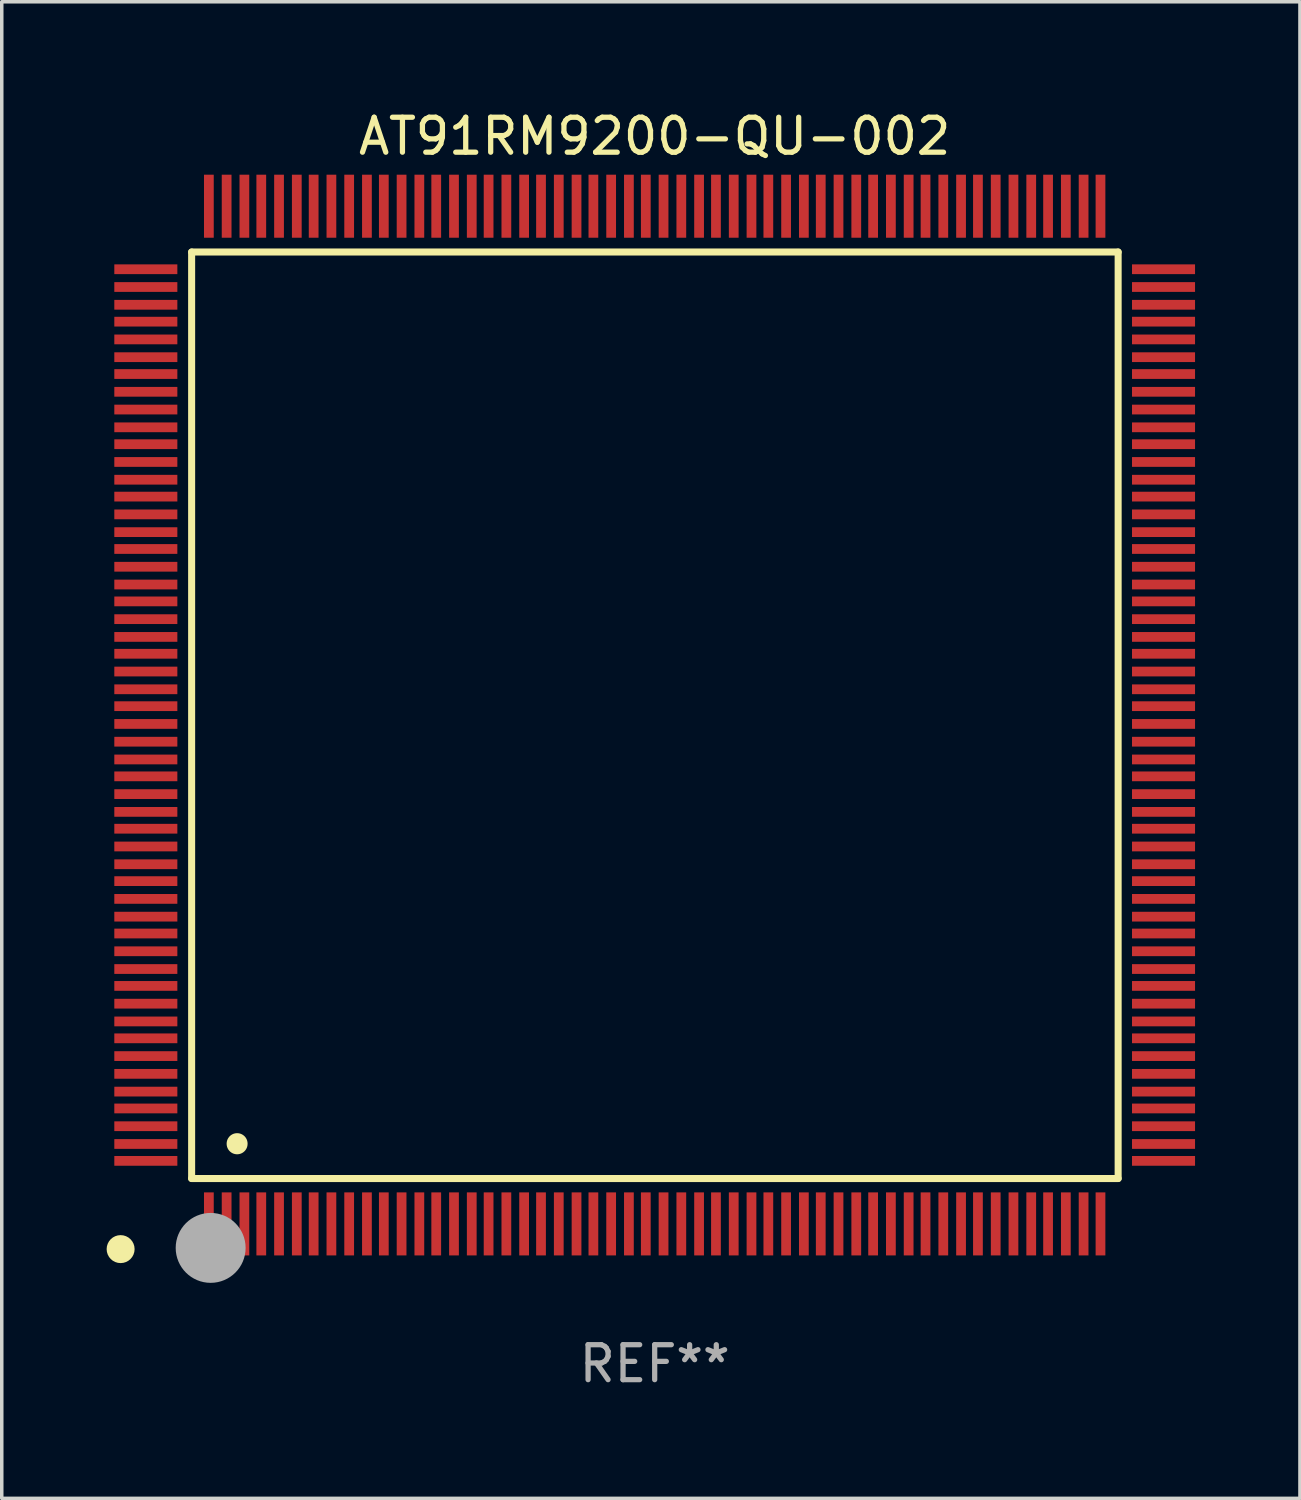
<source format=kicad_pcb>
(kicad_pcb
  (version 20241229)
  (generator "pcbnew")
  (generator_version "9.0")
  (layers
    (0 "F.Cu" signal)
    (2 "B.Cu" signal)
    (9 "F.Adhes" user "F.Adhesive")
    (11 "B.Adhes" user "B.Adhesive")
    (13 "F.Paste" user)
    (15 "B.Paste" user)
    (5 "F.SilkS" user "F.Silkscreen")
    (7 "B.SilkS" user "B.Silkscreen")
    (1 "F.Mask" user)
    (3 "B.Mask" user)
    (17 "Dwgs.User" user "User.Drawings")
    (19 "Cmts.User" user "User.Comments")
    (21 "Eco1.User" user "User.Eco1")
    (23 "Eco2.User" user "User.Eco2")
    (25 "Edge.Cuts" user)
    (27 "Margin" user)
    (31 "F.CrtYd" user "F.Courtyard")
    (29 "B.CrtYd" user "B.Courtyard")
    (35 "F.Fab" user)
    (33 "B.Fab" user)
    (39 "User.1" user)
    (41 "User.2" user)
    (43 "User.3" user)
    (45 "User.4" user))
  (footprint "AT91RM9200-QU-002"
    (layer "F.Cu")
    (at 15.675 17.402)
    (property "Reference" "AT91RM9200-QU-002" (at 0 -16.554 0) (layer "F.SilkS") (effects (font (size 1 1) (thickness 0.15))))
    (attr through_hole)
    (fp_line (start -13.244 -13.244) (end -13.244 13.256) (stroke (width 0.201) (type solid)) (layer "F.SilkS"))
    (fp_line (start -13.244 13.256) (end 13.256 13.256) (stroke (width 0.201) (type solid)) (layer "F.SilkS"))
    (fp_line (start 13.256 -13.244) (end -13.244 -13.244) (stroke (width 0.201) (type solid)) (layer "F.SilkS"))
    (fp_line (start 13.256 13.256) (end 13.256 -13.244) (stroke (width 0.201) (type solid)) (layer "F.SilkS"))
    (fp_arc (start -13.268987 14.90983) (mid -13.268992 14.90856) (end -13.268987 14.90729) (stroke (width 0.299721) (type solid)) (layer "F.SilkS"))
    (fp_arc (start -11.943104 12.263145) (mid -11.943115 12.260605) (end -11.943104 12.258065) (stroke (width 0.599441) (type solid)) (layer "F.SilkS"))
    (fp_circle (center -15.275 15.275) (end -15.075 15.275) (stroke (width 0.4) (type solid)) (fill no) (layer "F.SilkS"))
    (fp_circle (center -12.7 15.24) (end -12.2 15.24) (stroke (width 1) (type solid)) (fill no) (layer "F.Fab"))
    (fp_text user "REF**" (at 0 18.554 0) (layer "F.Fab") (effects (font (size 1 1) (thickness 0.15))))
    (pad "1" smd rect (at -12.751 14.554 180) (size 0.279 1.803) (layers "F.Cu" "F.Mask" "F.Paste"))
    (pad "2" smd rect (at -12.243 14.554 180) (size 0.279 1.803) (layers "F.Cu" "F.Mask" "F.Paste"))
    (pad "3" smd rect (at -11.735 14.554 180) (size 0.279 1.803) (layers "F.Cu" "F.Mask" "F.Paste"))
    (pad "4" smd rect (at -11.252 14.554 180) (size 0.279 1.803) (layers "F.Cu" "F.Mask" "F.Paste"))
    (pad "5" smd rect (at -10.744 14.554 180) (size 0.279 1.803) (layers "F.Cu" "F.Mask" "F.Paste"))
    (pad "6" smd rect (at -10.236 14.554 180) (size 0.279 1.803) (layers "F.Cu" "F.Mask" "F.Paste"))
    (pad "7" smd rect (at -9.754 14.554 180) (size 0.279 1.803) (layers "F.Cu" "F.Mask" "F.Paste"))
    (pad "8" smd rect (at -9.246 14.554 180) (size 0.279 1.803) (layers "F.Cu" "F.Mask" "F.Paste"))
    (pad "9" smd rect (at -8.738 14.554 180) (size 0.279 1.803) (layers "F.Cu" "F.Mask" "F.Paste"))
    (pad "10" smd rect (at -8.23 14.554 180) (size 0.279 1.803) (layers "F.Cu" "F.Mask" "F.Paste"))
    (pad "11" smd rect (at -7.747 14.554 180) (size 0.279 1.803) (layers "F.Cu" "F.Mask" "F.Paste"))
    (pad "12" smd rect (at -7.239 14.554 180) (size 0.279 1.803) (layers "F.Cu" "F.Mask" "F.Paste"))
    (pad "13" smd rect (at -6.731 14.554 180) (size 0.279 1.803) (layers "F.Cu" "F.Mask" "F.Paste"))
    (pad "14" smd rect (at -6.248 14.554 180) (size 0.279 1.803) (layers "F.Cu" "F.Mask" "F.Paste"))
    (pad "15" smd rect (at -5.74 14.554 180) (size 0.279 1.803) (layers "F.Cu" "F.Mask" "F.Paste"))
    (pad "16" smd rect (at -5.232 14.554 180) (size 0.279 1.803) (layers "F.Cu" "F.Mask" "F.Paste"))
    (pad "17" smd rect (at -4.75 14.554 180) (size 0.279 1.803) (layers "F.Cu" "F.Mask" "F.Paste"))
    (pad "18" smd rect (at -4.242 14.554 180) (size 0.279 1.803) (layers "F.Cu" "F.Mask" "F.Paste"))
    (pad "19" smd rect (at -3.734 14.554 180) (size 0.279 1.803) (layers "F.Cu" "F.Mask" "F.Paste"))
    (pad "20" smd rect (at -3.251 14.554 180) (size 0.279 1.803) (layers "F.Cu" "F.Mask" "F.Paste"))
    (pad "21" smd rect (at -2.743 14.554 180) (size 0.279 1.803) (layers "F.Cu" "F.Mask" "F.Paste"))
    (pad "22" smd rect (at -2.235 14.554 180) (size 0.279 1.803) (layers "F.Cu" "F.Mask" "F.Paste"))
    (pad "23" smd rect (at -1.753 14.554 180) (size 0.279 1.803) (layers "F.Cu" "F.Mask" "F.Paste"))
    (pad "24" smd rect (at -1.245 14.554 180) (size 0.279 1.803) (layers "F.Cu" "F.Mask" "F.Paste"))
    (pad "25" smd rect (at -0.737 14.554 180) (size 0.279 1.803) (layers "F.Cu" "F.Mask" "F.Paste"))
    (pad "26" smd rect (at -0.254 14.554 180) (size 0.279 1.803) (layers "F.Cu" "F.Mask" "F.Paste"))
    (pad "27" smd rect (at 0.254 14.554 180) (size 0.279 1.803) (layers "F.Cu" "F.Mask" "F.Paste"))
    (pad "28" smd rect (at 0.762 14.554 180) (size 0.279 1.803) (layers "F.Cu" "F.Mask" "F.Paste"))
    (pad "29" smd rect (at 1.27 14.554 180) (size 0.279 1.803) (layers "F.Cu" "F.Mask" "F.Paste"))
    (pad "30" smd rect (at 1.753 14.554 180) (size 0.279 1.803) (layers "F.Cu" "F.Mask" "F.Paste"))
    (pad "31" smd rect (at 2.261 14.554 180) (size 0.279 1.803) (layers "F.Cu" "F.Mask" "F.Paste"))
    (pad "32" smd rect (at 2.769 14.554 180) (size 0.279 1.803) (layers "F.Cu" "F.Mask" "F.Paste"))
    (pad "33" smd rect (at 3.251 14.554 180) (size 0.279 1.803) (layers "F.Cu" "F.Mask" "F.Paste"))
    (pad "34" smd rect (at 3.759 14.554 180) (size 0.279 1.803) (layers "F.Cu" "F.Mask" "F.Paste"))
    (pad "35" smd rect (at 4.267 14.554 180) (size 0.279 1.803) (layers "F.Cu" "F.Mask" "F.Paste"))
    (pad "36" smd rect (at 4.75 14.554 180) (size 0.279 1.803) (layers "F.Cu" "F.Mask" "F.Paste"))
    (pad "37" smd rect (at 5.258 14.554 180) (size 0.279 1.803) (layers "F.Cu" "F.Mask" "F.Paste"))
    (pad "38" smd rect (at 5.766 14.554 180) (size 0.279 1.803) (layers "F.Cu" "F.Mask" "F.Paste"))
    (pad "39" smd rect (at 6.248 14.554 180) (size 0.279 1.803) (layers "F.Cu" "F.Mask" "F.Paste"))
    (pad "40" smd rect (at 6.756 14.554 180) (size 0.279 1.803) (layers "F.Cu" "F.Mask" "F.Paste"))
    (pad "41" smd rect (at 7.264 14.554 180) (size 0.279 1.803) (layers "F.Cu" "F.Mask" "F.Paste"))
    (pad "42" smd rect (at 7.747 14.554 180) (size 0.279 1.803) (layers "F.Cu" "F.Mask" "F.Paste"))
    (pad "43" smd rect (at 8.255 14.554 180) (size 0.279 1.803) (layers "F.Cu" "F.Mask" "F.Paste"))
    (pad "44" smd rect (at 8.763 14.554 180) (size 0.279 1.803) (layers "F.Cu" "F.Mask" "F.Paste"))
    (pad "45" smd rect (at 9.246 14.554 180) (size 0.279 1.803) (layers "F.Cu" "F.Mask" "F.Paste"))
    (pad "46" smd rect (at 9.754 14.554 180) (size 0.279 1.803) (layers "F.Cu" "F.Mask" "F.Paste"))
    (pad "47" smd rect (at 10.262 14.554 180) (size 0.279 1.803) (layers "F.Cu" "F.Mask" "F.Paste"))
    (pad "48" smd rect (at 10.77 14.554 180) (size 0.279 1.803) (layers "F.Cu" "F.Mask" "F.Paste"))
    (pad "49" smd rect (at 11.252 14.554 180) (size 0.279 1.803) (layers "F.Cu" "F.Mask" "F.Paste"))
    (pad "50" smd rect (at 11.76 14.554 180) (size 0.279 1.803) (layers "F.Cu" "F.Mask" "F.Paste"))
    (pad "51" smd rect (at 12.268 14.554 180) (size 0.279 1.803) (layers "F.Cu" "F.Mask" "F.Paste"))
    (pad "52" smd rect (at 12.751 14.554 180) (size 0.279 1.803) (layers "F.Cu" "F.Mask" "F.Paste"))
    (pad "53" smd rect (at 14.554 12.751 90) (size 0.279 1.803) (layers "F.Cu" "F.Mask" "F.Paste"))
    (pad "54" smd rect (at 14.554 12.268 90) (size 0.279 1.803) (layers "F.Cu" "F.Mask" "F.Paste"))
    (pad "55" smd rect (at 14.554 11.76 90) (size 0.279 1.803) (layers "F.Cu" "F.Mask" "F.Paste"))
    (pad "56" smd rect (at 14.554 11.252 90) (size 0.279 1.803) (layers "F.Cu" "F.Mask" "F.Paste"))
    (pad "57" smd rect (at 14.554 10.77 90) (size 0.279 1.803) (layers "F.Cu" "F.Mask" "F.Paste"))
    (pad "58" smd rect (at 14.554 10.262 90) (size 0.279 1.803) (layers "F.Cu" "F.Mask" "F.Paste"))
    (pad "59" smd rect (at 14.554 9.754 90) (size 0.279 1.803) (layers "F.Cu" "F.Mask" "F.Paste"))
    (pad "60" smd rect (at 14.554 9.246 90) (size 0.279 1.803) (layers "F.Cu" "F.Mask" "F.Paste"))
    (pad "61" smd rect (at 14.554 8.763 90) (size 0.279 1.803) (layers "F.Cu" "F.Mask" "F.Paste"))
    (pad "62" smd rect (at 14.554 8.255 90) (size 0.279 1.803) (layers "F.Cu" "F.Mask" "F.Paste"))
    (pad "63" smd rect (at 14.554 7.747 90) (size 0.279 1.803) (layers "F.Cu" "F.Mask" "F.Paste"))
    (pad "64" smd rect (at 14.554 7.264 90) (size 0.279 1.803) (layers "F.Cu" "F.Mask" "F.Paste"))
    (pad "65" smd rect (at 14.554 6.756 90) (size 0.279 1.803) (layers "F.Cu" "F.Mask" "F.Paste"))
    (pad "66" smd rect (at 14.554 6.248 90) (size 0.279 1.803) (layers "F.Cu" "F.Mask" "F.Paste"))
    (pad "67" smd rect (at 14.554 5.766 90) (size 0.279 1.803) (layers "F.Cu" "F.Mask" "F.Paste"))
    (pad "68" smd rect (at 14.554 5.258 90) (size 0.279 1.803) (layers "F.Cu" "F.Mask" "F.Paste"))
    (pad "69" smd rect (at 14.554 4.75 90) (size 0.279 1.803) (layers "F.Cu" "F.Mask" "F.Paste"))
    (pad "70" smd rect (at 14.554 4.267 90) (size 0.279 1.803) (layers "F.Cu" "F.Mask" "F.Paste"))
    (pad "71" smd rect (at 14.554 3.759 90) (size 0.279 1.803) (layers "F.Cu" "F.Mask" "F.Paste"))
    (pad "72" smd rect (at 14.554 3.251 90) (size 0.279 1.803) (layers "F.Cu" "F.Mask" "F.Paste"))
    (pad "73" smd rect (at 14.554 2.769 90) (size 0.279 1.803) (layers "F.Cu" "F.Mask" "F.Paste"))
    (pad "74" smd rect (at 14.554 2.261 90) (size 0.279 1.803) (layers "F.Cu" "F.Mask" "F.Paste"))
    (pad "75" smd rect (at 14.554 1.753 90) (size 0.279 1.803) (layers "F.Cu" "F.Mask" "F.Paste"))
    (pad "76" smd rect (at 14.554 1.27 90) (size 0.279 1.803) (layers "F.Cu" "F.Mask" "F.Paste"))
    (pad "77" smd rect (at 14.554 0.762 90) (size 0.279 1.803) (layers "F.Cu" "F.Mask" "F.Paste"))
    (pad "78" smd rect (at 14.554 0.254 90) (size 0.279 1.803) (layers "F.Cu" "F.Mask" "F.Paste"))
    (pad "79" smd rect (at 14.554 -0.254 90) (size 0.279 1.803) (layers "F.Cu" "F.Mask" "F.Paste"))
    (pad "80" smd rect (at 14.554 -0.737 90) (size 0.279 1.803) (layers "F.Cu" "F.Mask" "F.Paste"))
    (pad "81" smd rect (at 14.554 -1.245 90) (size 0.279 1.803) (layers "F.Cu" "F.Mask" "F.Paste"))
    (pad "82" smd rect (at 14.554 -1.753 90) (size 0.279 1.803) (layers "F.Cu" "F.Mask" "F.Paste"))
    (pad "83" smd rect (at 14.554 -2.235 90) (size 0.279 1.803) (layers "F.Cu" "F.Mask" "F.Paste"))
    (pad "84" smd rect (at 14.554 -2.743 90) (size 0.279 1.803) (layers "F.Cu" "F.Mask" "F.Paste"))
    (pad "85" smd rect (at 14.554 -3.251 90) (size 0.279 1.803) (layers "F.Cu" "F.Mask" "F.Paste"))
    (pad "86" smd rect (at 14.554 -3.734 90) (size 0.279 1.803) (layers "F.Cu" "F.Mask" "F.Paste"))
    (pad "87" smd rect (at 14.554 -4.242 90) (size 0.279 1.803) (layers "F.Cu" "F.Mask" "F.Paste"))
    (pad "88" smd rect (at 14.554 -4.75 90) (size 0.279 1.803) (layers "F.Cu" "F.Mask" "F.Paste"))
    (pad "89" smd rect (at 14.554 -5.232 90) (size 0.279 1.803) (layers "F.Cu" "F.Mask" "F.Paste"))
    (pad "90" smd rect (at 14.554 -5.74 90) (size 0.279 1.803) (layers "F.Cu" "F.Mask" "F.Paste"))
    (pad "91" smd rect (at 14.554 -6.248 90) (size 0.279 1.803) (layers "F.Cu" "F.Mask" "F.Paste"))
    (pad "92" smd rect (at 14.554 -6.731 90) (size 0.279 1.803) (layers "F.Cu" "F.Mask" "F.Paste"))
    (pad "93" smd rect (at 14.554 -7.239 90) (size 0.279 1.803) (layers "F.Cu" "F.Mask" "F.Paste"))
    (pad "94" smd rect (at 14.554 -7.747 90) (size 0.279 1.803) (layers "F.Cu" "F.Mask" "F.Paste"))
    (pad "95" smd rect (at 14.554 -8.23 90) (size 0.279 1.803) (layers "F.Cu" "F.Mask" "F.Paste"))
    (pad "96" smd rect (at 14.554 -8.738 90) (size 0.279 1.803) (layers "F.Cu" "F.Mask" "F.Paste"))
    (pad "97" smd rect (at 14.554 -9.246 90) (size 0.279 1.803) (layers "F.Cu" "F.Mask" "F.Paste"))
    (pad "98" smd rect (at 14.554 -9.754 90) (size 0.279 1.803) (layers "F.Cu" "F.Mask" "F.Paste"))
    (pad "99" smd rect (at 14.554 -10.236 90) (size 0.279 1.803) (layers "F.Cu" "F.Mask" "F.Paste"))
    (pad "100" smd rect (at 14.554 -10.744 90) (size 0.279 1.803) (layers "F.Cu" "F.Mask" "F.Paste"))
    (pad "101" smd rect (at 14.554 -11.252 90) (size 0.279 1.803) (layers "F.Cu" "F.Mask" "F.Paste"))
    (pad "102" smd rect (at 14.554 -11.735 90) (size 0.279 1.803) (layers "F.Cu" "F.Mask" "F.Paste"))
    (pad "103" smd rect (at 14.554 -12.243 90) (size 0.279 1.803) (layers "F.Cu" "F.Mask" "F.Paste"))
    (pad "104" smd rect (at 14.554 -12.751 90) (size 0.279 1.803) (layers "F.Cu" "F.Mask" "F.Paste"))
    (pad "105" smd rect (at 12.751 -14.554 180) (size 0.279 1.803) (layers "F.Cu" "F.Mask" "F.Paste"))
    (pad "106" smd rect (at 12.268 -14.554 180) (size 0.279 1.803) (layers "F.Cu" "F.Mask" "F.Paste"))
    (pad "107" smd rect (at 11.76 -14.554 180) (size 0.279 1.803) (layers "F.Cu" "F.Mask" "F.Paste"))
    (pad "108" smd rect (at 11.252 -14.554 180) (size 0.279 1.803) (layers "F.Cu" "F.Mask" "F.Paste"))
    (pad "109" smd rect (at 10.77 -14.554 180) (size 0.279 1.803) (layers "F.Cu" "F.Mask" "F.Paste"))
    (pad "110" smd rect (at 10.262 -14.554 180) (size 0.279 1.803) (layers "F.Cu" "F.Mask" "F.Paste"))
    (pad "111" smd rect (at 9.754 -14.554 180) (size 0.279 1.803) (layers "F.Cu" "F.Mask" "F.Paste"))
    (pad "112" smd rect (at 9.246 -14.554 180) (size 0.279 1.803) (layers "F.Cu" "F.Mask" "F.Paste"))
    (pad "113" smd rect (at 8.763 -14.554 180) (size 0.279 1.803) (layers "F.Cu" "F.Mask" "F.Paste"))
    (pad "114" smd rect (at 8.255 -14.554 180) (size 0.279 1.803) (layers "F.Cu" "F.Mask" "F.Paste"))
    (pad "115" smd rect (at 7.747 -14.554 180) (size 0.279 1.803) (layers "F.Cu" "F.Mask" "F.Paste"))
    (pad "116" smd rect (at 7.264 -14.554 180) (size 0.279 1.803) (layers "F.Cu" "F.Mask" "F.Paste"))
    (pad "117" smd rect (at 6.756 -14.554 180) (size 0.279 1.803) (layers "F.Cu" "F.Mask" "F.Paste"))
    (pad "118" smd rect (at 6.248 -14.554 180) (size 0.279 1.803) (layers "F.Cu" "F.Mask" "F.Paste"))
    (pad "119" smd rect (at 5.766 -14.554 180) (size 0.279 1.803) (layers "F.Cu" "F.Mask" "F.Paste"))
    (pad "120" smd rect (at 5.258 -14.554 180) (size 0.279 1.803) (layers "F.Cu" "F.Mask" "F.Paste"))
    (pad "121" smd rect (at 4.75 -14.554 180) (size 0.279 1.803) (layers "F.Cu" "F.Mask" "F.Paste"))
    (pad "122" smd rect (at 4.267 -14.554 180) (size 0.279 1.803) (layers "F.Cu" "F.Mask" "F.Paste"))
    (pad "123" smd rect (at 3.759 -14.554 180) (size 0.279 1.803) (layers "F.Cu" "F.Mask" "F.Paste"))
    (pad "124" smd rect (at 3.251 -14.554 180) (size 0.279 1.803) (layers "F.Cu" "F.Mask" "F.Paste"))
    (pad "125" smd rect (at 2.769 -14.554 180) (size 0.279 1.803) (layers "F.Cu" "F.Mask" "F.Paste"))
    (pad "126" smd rect (at 2.261 -14.554 180) (size 0.279 1.803) (layers "F.Cu" "F.Mask" "F.Paste"))
    (pad "127" smd rect (at 1.753 -14.554 180) (size 0.279 1.803) (layers "F.Cu" "F.Mask" "F.Paste"))
    (pad "128" smd rect (at 1.27 -14.554 180) (size 0.279 1.803) (layers "F.Cu" "F.Mask" "F.Paste"))
    (pad "129" smd rect (at 0.762 -14.554 180) (size 0.279 1.803) (layers "F.Cu" "F.Mask" "F.Paste"))
    (pad "130" smd rect (at 0.254 -14.554 180) (size 0.279 1.803) (layers "F.Cu" "F.Mask" "F.Paste"))
    (pad "131" smd rect (at -0.254 -14.554 180) (size 0.279 1.803) (layers "F.Cu" "F.Mask" "F.Paste"))
    (pad "132" smd rect (at -0.737 -14.554 180) (size 0.279 1.803) (layers "F.Cu" "F.Mask" "F.Paste"))
    (pad "133" smd rect (at -1.245 -14.554 180) (size 0.279 1.803) (layers "F.Cu" "F.Mask" "F.Paste"))
    (pad "134" smd rect (at -1.753 -14.554 180) (size 0.279 1.803) (layers "F.Cu" "F.Mask" "F.Paste"))
    (pad "135" smd rect (at -2.235 -14.554 180) (size 0.279 1.803) (layers "F.Cu" "F.Mask" "F.Paste"))
    (pad "136" smd rect (at -2.743 -14.554 180) (size 0.279 1.803) (layers "F.Cu" "F.Mask" "F.Paste"))
    (pad "137" smd rect (at -3.251 -14.554 180) (size 0.279 1.803) (layers "F.Cu" "F.Mask" "F.Paste"))
    (pad "138" smd rect (at -3.734 -14.554 180) (size 0.279 1.803) (layers "F.Cu" "F.Mask" "F.Paste"))
    (pad "139" smd rect (at -4.242 -14.554 180) (size 0.279 1.803) (layers "F.Cu" "F.Mask" "F.Paste"))
    (pad "140" smd rect (at -4.75 -14.554 180) (size 0.279 1.803) (layers "F.Cu" "F.Mask" "F.Paste"))
    (pad "141" smd rect (at -5.232 -14.554 180) (size 0.279 1.803) (layers "F.Cu" "F.Mask" "F.Paste"))
    (pad "142" smd rect (at -5.74 -14.554 180) (size 0.279 1.803) (layers "F.Cu" "F.Mask" "F.Paste"))
    (pad "143" smd rect (at -6.248 -14.554 180) (size 0.279 1.803) (layers "F.Cu" "F.Mask" "F.Paste"))
    (pad "144" smd rect (at -6.731 -14.554 180) (size 0.279 1.803) (layers "F.Cu" "F.Mask" "F.Paste"))
    (pad "145" smd rect (at -7.239 -14.554 180) (size 0.279 1.803) (layers "F.Cu" "F.Mask" "F.Paste"))
    (pad "146" smd rect (at -7.747 -14.554 180) (size 0.279 1.803) (layers "F.Cu" "F.Mask" "F.Paste"))
    (pad "147" smd rect (at -8.23 -14.554 180) (size 0.279 1.803) (layers "F.Cu" "F.Mask" "F.Paste"))
    (pad "148" smd rect (at -8.738 -14.554 180) (size 0.279 1.803) (layers "F.Cu" "F.Mask" "F.Paste"))
    (pad "149" smd rect (at -9.246 -14.554 180) (size 0.279 1.803) (layers "F.Cu" "F.Mask" "F.Paste"))
    (pad "150" smd rect (at -9.754 -14.554 180) (size 0.279 1.803) (layers "F.Cu" "F.Mask" "F.Paste"))
    (pad "151" smd rect (at -10.236 -14.554 180) (size 0.279 1.803) (layers "F.Cu" "F.Mask" "F.Paste"))
    (pad "152" smd rect (at -10.744 -14.554 180) (size 0.279 1.803) (layers "F.Cu" "F.Mask" "F.Paste"))
    (pad "153" smd rect (at -11.252 -14.554 180) (size 0.279 1.803) (layers "F.Cu" "F.Mask" "F.Paste"))
    (pad "154" smd rect (at -11.735 -14.554 180) (size 0.279 1.803) (layers "F.Cu" "F.Mask" "F.Paste"))
    (pad "155" smd rect (at -12.243 -14.554 180) (size 0.279 1.803) (layers "F.Cu" "F.Mask" "F.Paste"))
    (pad "156" smd rect (at -12.751 -14.554 180) (size 0.279 1.803) (layers "F.Cu" "F.Mask" "F.Paste"))
    (pad "157" smd rect (at -14.554 -12.751 90) (size 0.279 1.803) (layers "F.Cu" "F.Mask" "F.Paste"))
    (pad "158" smd rect (at -14.554 -12.243 90) (size 0.279 1.803) (layers "F.Cu" "F.Mask" "F.Paste"))
    (pad "159" smd rect (at -14.554 -11.735 90) (size 0.279 1.803) (layers "F.Cu" "F.Mask" "F.Paste"))
    (pad "160" smd rect (at -14.554 -11.252 90) (size 0.279 1.803) (layers "F.Cu" "F.Mask" "F.Paste"))
    (pad "161" smd rect (at -14.554 -10.744 90) (size 0.279 1.803) (layers "F.Cu" "F.Mask" "F.Paste"))
    (pad "162" smd rect (at -14.554 -10.236 90) (size 0.279 1.803) (layers "F.Cu" "F.Mask" "F.Paste"))
    (pad "163" smd rect (at -14.554 -9.754 90) (size 0.279 1.803) (layers "F.Cu" "F.Mask" "F.Paste"))
    (pad "164" smd rect (at -14.554 -9.246 90) (size 0.279 1.803) (layers "F.Cu" "F.Mask" "F.Paste"))
    (pad "165" smd rect (at -14.554 -8.738 90) (size 0.279 1.803) (layers "F.Cu" "F.Mask" "F.Paste"))
    (pad "166" smd rect (at -14.554 -8.23 90) (size 0.279 1.803) (layers "F.Cu" "F.Mask" "F.Paste"))
    (pad "167" smd rect (at -14.554 -7.747 90) (size 0.279 1.803) (layers "F.Cu" "F.Mask" "F.Paste"))
    (pad "168" smd rect (at -14.554 -7.239 90) (size 0.279 1.803) (layers "F.Cu" "F.Mask" "F.Paste"))
    (pad "169" smd rect (at -14.554 -6.731 90) (size 0.279 1.803) (layers "F.Cu" "F.Mask" "F.Paste"))
    (pad "170" smd rect (at -14.554 -6.248 90) (size 0.279 1.803) (layers "F.Cu" "F.Mask" "F.Paste"))
    (pad "171" smd rect (at -14.554 -5.74 90) (size 0.279 1.803) (layers "F.Cu" "F.Mask" "F.Paste"))
    (pad "172" smd rect (at -14.554 -5.232 90) (size 0.279 1.803) (layers "F.Cu" "F.Mask" "F.Paste"))
    (pad "173" smd rect (at -14.554 -4.75 90) (size 0.279 1.803) (layers "F.Cu" "F.Mask" "F.Paste"))
    (pad "174" smd rect (at -14.554 -4.242 90) (size 0.279 1.803) (layers "F.Cu" "F.Mask" "F.Paste"))
    (pad "175" smd rect (at -14.554 -3.734 90) (size 0.279 1.803) (layers "F.Cu" "F.Mask" "F.Paste"))
    (pad "176" smd rect (at -14.554 -3.251 90) (size 0.279 1.803) (layers "F.Cu" "F.Mask" "F.Paste"))
    (pad "177" smd rect (at -14.554 -2.743 90) (size 0.279 1.803) (layers "F.Cu" "F.Mask" "F.Paste"))
    (pad "178" smd rect (at -14.554 -2.235 90) (size 0.279 1.803) (layers "F.Cu" "F.Mask" "F.Paste"))
    (pad "179" smd rect (at -14.554 -1.753 90) (size 0.279 1.803) (layers "F.Cu" "F.Mask" "F.Paste"))
    (pad "180" smd rect (at -14.554 -1.245 90) (size 0.279 1.803) (layers "F.Cu" "F.Mask" "F.Paste"))
    (pad "181" smd rect (at -14.554 -0.737 90) (size 0.279 1.803) (layers "F.Cu" "F.Mask" "F.Paste"))
    (pad "182" smd rect (at -14.554 -0.254 90) (size 0.279 1.803) (layers "F.Cu" "F.Mask" "F.Paste"))
    (pad "183" smd rect (at -14.554 0.254 90) (size 0.279 1.803) (layers "F.Cu" "F.Mask" "F.Paste"))
    (pad "184" smd rect (at -14.554 0.762 90) (size 0.279 1.803) (layers "F.Cu" "F.Mask" "F.Paste"))
    (pad "185" smd rect (at -14.554 1.27 90) (size 0.279 1.803) (layers "F.Cu" "F.Mask" "F.Paste"))
    (pad "186" smd rect (at -14.554 1.753 90) (size 0.279 1.803) (layers "F.Cu" "F.Mask" "F.Paste"))
    (pad "187" smd rect (at -14.554 2.261 90) (size 0.279 1.803) (layers "F.Cu" "F.Mask" "F.Paste"))
    (pad "188" smd rect (at -14.554 2.769 90) (size 0.279 1.803) (layers "F.Cu" "F.Mask" "F.Paste"))
    (pad "189" smd rect (at -14.554 3.251 90) (size 0.279 1.803) (layers "F.Cu" "F.Mask" "F.Paste"))
    (pad "190" smd rect (at -14.554 3.759 90) (size 0.279 1.803) (layers "F.Cu" "F.Mask" "F.Paste"))
    (pad "191" smd rect (at -14.554 4.267 90) (size 0.279 1.803) (layers "F.Cu" "F.Mask" "F.Paste"))
    (pad "192" smd rect (at -14.554 4.75 90) (size 0.279 1.803) (layers "F.Cu" "F.Mask" "F.Paste"))
    (pad "193" smd rect (at -14.554 5.258 90) (size 0.279 1.803) (layers "F.Cu" "F.Mask" "F.Paste"))
    (pad "194" smd rect (at -14.554 5.766 90) (size 0.279 1.803) (layers "F.Cu" "F.Mask" "F.Paste"))
    (pad "195" smd rect (at -14.554 6.248 90) (size 0.279 1.803) (layers "F.Cu" "F.Mask" "F.Paste"))
    (pad "196" smd rect (at -14.554 6.756 90) (size 0.279 1.803) (layers "F.Cu" "F.Mask" "F.Paste"))
    (pad "197" smd rect (at -14.554 7.264 90) (size 0.279 1.803) (layers "F.Cu" "F.Mask" "F.Paste"))
    (pad "198" smd rect (at -14.554 7.747 90) (size 0.279 1.803) (layers "F.Cu" "F.Mask" "F.Paste"))
    (pad "199" smd rect (at -14.554 8.255 90) (size 0.279 1.803) (layers "F.Cu" "F.Mask" "F.Paste"))
    (pad "200" smd rect (at -14.554 8.763 90) (size 0.279 1.803) (layers "F.Cu" "F.Mask" "F.Paste"))
    (pad "201" smd rect (at -14.554 9.246 90) (size 0.279 1.803) (layers "F.Cu" "F.Mask" "F.Paste"))
    (pad "202" smd rect (at -14.554 9.754 90) (size 0.279 1.803) (layers "F.Cu" "F.Mask" "F.Paste"))
    (pad "203" smd rect (at -14.554 10.262 90) (size 0.279 1.803) (layers "F.Cu" "F.Mask" "F.Paste"))
    (pad "204" smd rect (at -14.554 10.77 90) (size 0.279 1.803) (layers "F.Cu" "F.Mask" "F.Paste"))
    (pad "205" smd rect (at -14.554 11.252 90) (size 0.279 1.803) (layers "F.Cu" "F.Mask" "F.Paste"))
    (pad "206" smd rect (at -14.554 11.76 90) (size 0.279 1.803) (layers "F.Cu" "F.Mask" "F.Paste"))
    (pad "207" smd rect (at -14.554 12.268 90) (size 0.279 1.803) (layers "F.Cu" "F.Mask" "F.Paste"))
    (pad "208" smd rect (at -14.554 12.751 90) (size 0.279 1.803) (layers "F.Cu" "F.Mask" "F.Paste")))
  (gr_rect
    (start -3 -3)
    (end 34.131 39.805)
    (stroke (width 0.1) (type default))
    (fill no)
    (layer "Edge.Cuts")))
</source>
